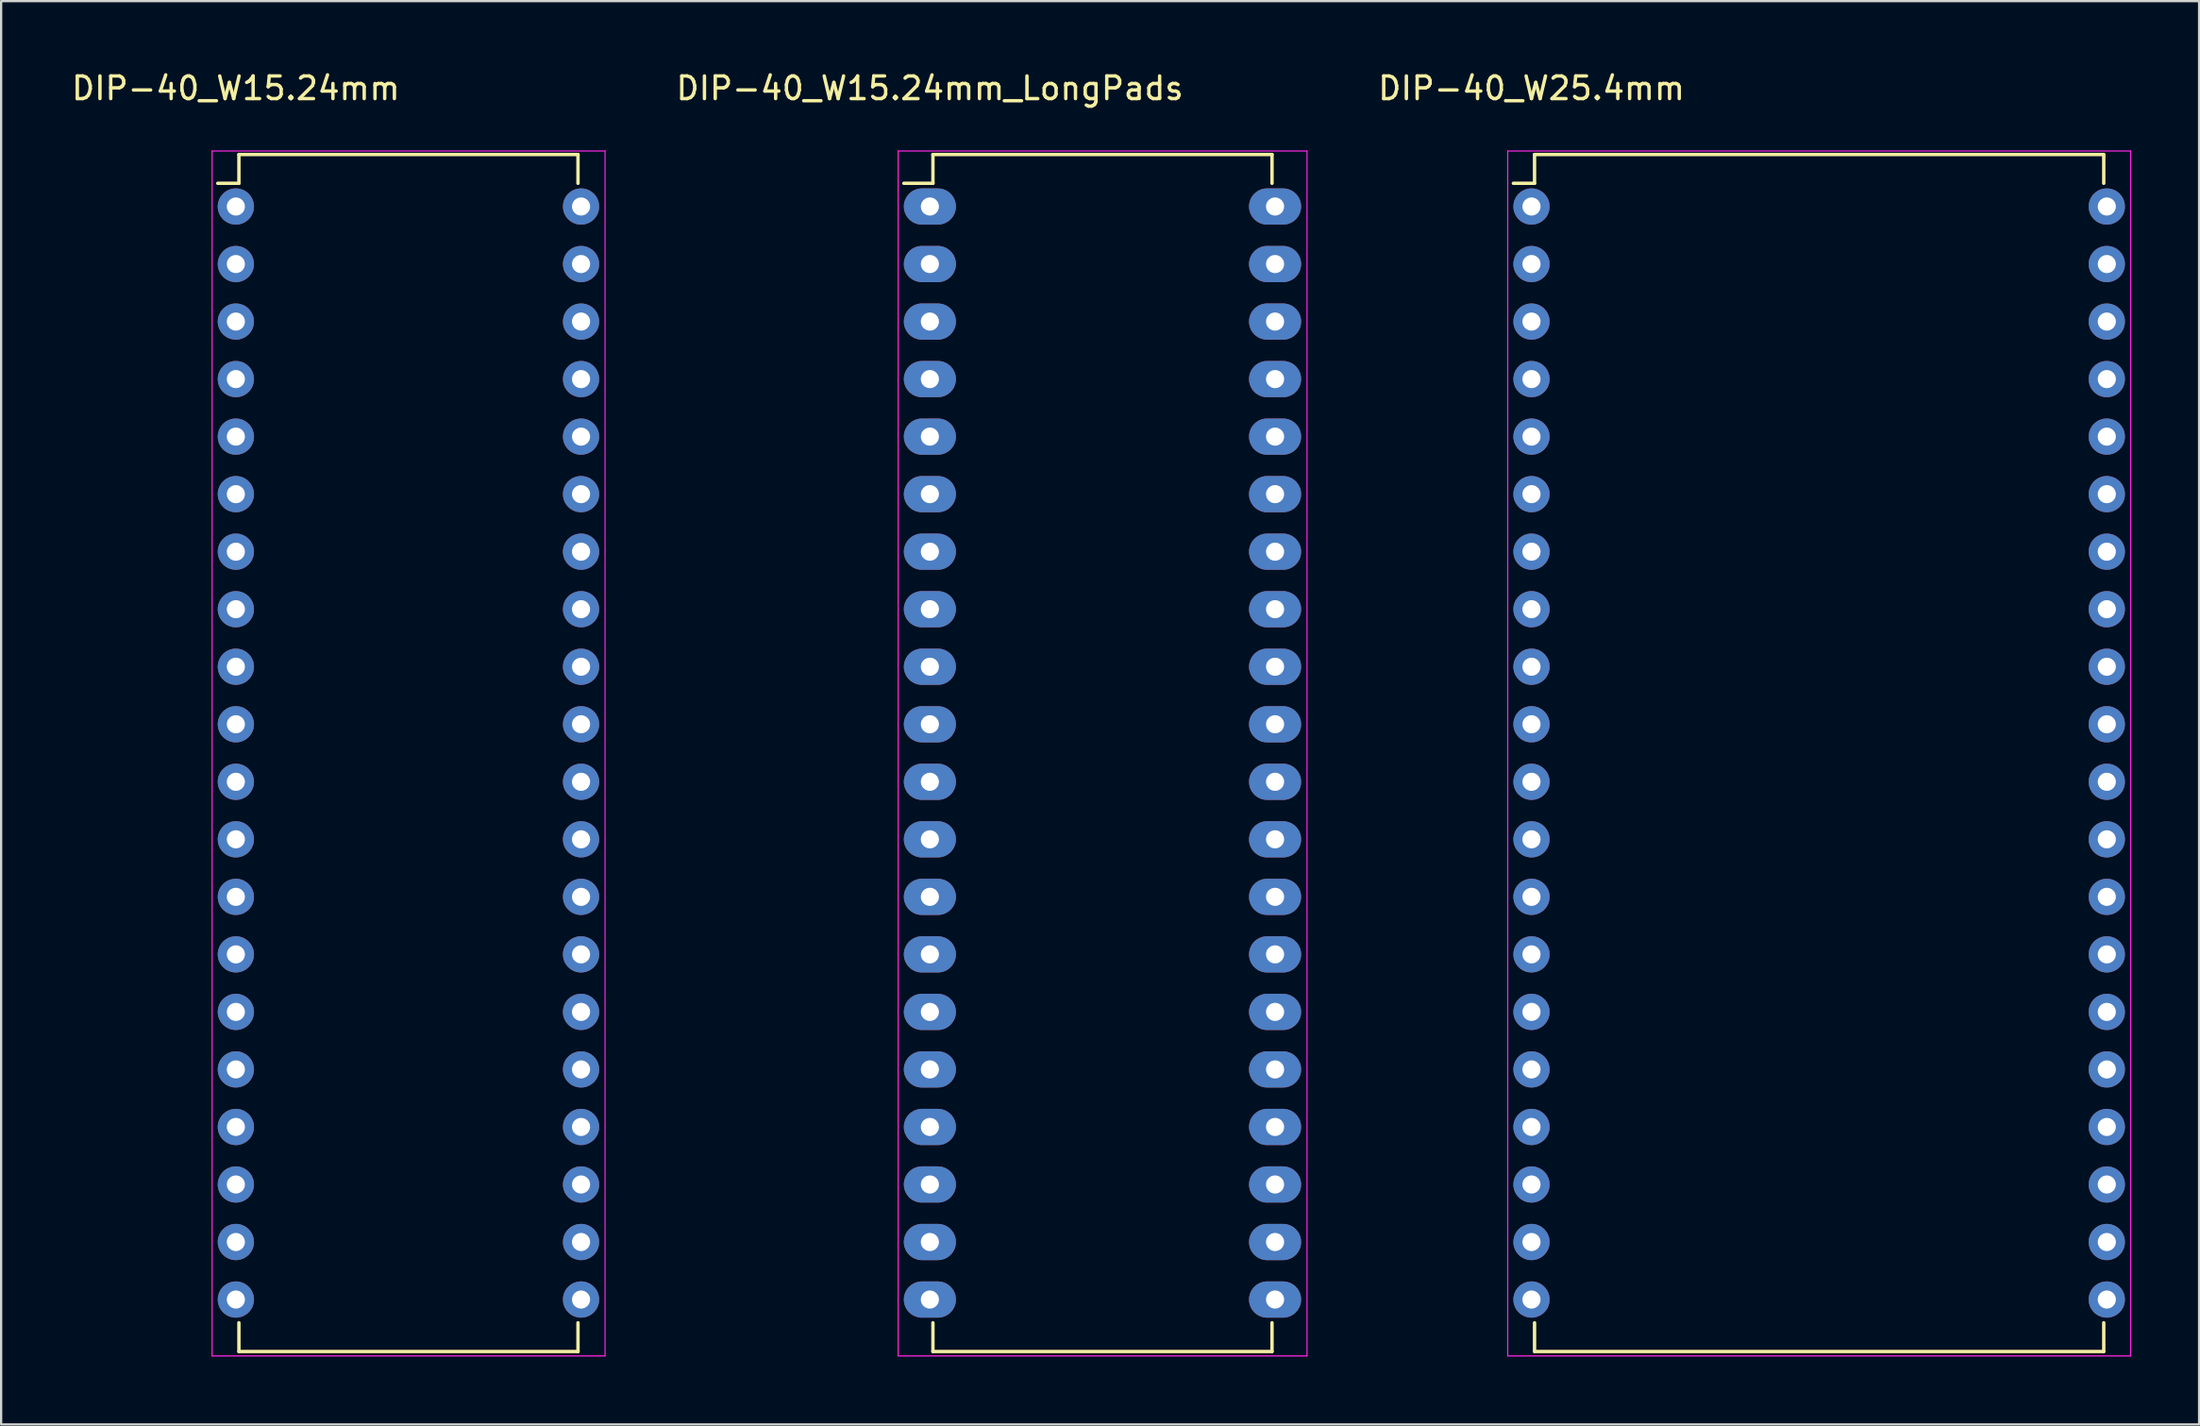
<source format=kicad_pcb>
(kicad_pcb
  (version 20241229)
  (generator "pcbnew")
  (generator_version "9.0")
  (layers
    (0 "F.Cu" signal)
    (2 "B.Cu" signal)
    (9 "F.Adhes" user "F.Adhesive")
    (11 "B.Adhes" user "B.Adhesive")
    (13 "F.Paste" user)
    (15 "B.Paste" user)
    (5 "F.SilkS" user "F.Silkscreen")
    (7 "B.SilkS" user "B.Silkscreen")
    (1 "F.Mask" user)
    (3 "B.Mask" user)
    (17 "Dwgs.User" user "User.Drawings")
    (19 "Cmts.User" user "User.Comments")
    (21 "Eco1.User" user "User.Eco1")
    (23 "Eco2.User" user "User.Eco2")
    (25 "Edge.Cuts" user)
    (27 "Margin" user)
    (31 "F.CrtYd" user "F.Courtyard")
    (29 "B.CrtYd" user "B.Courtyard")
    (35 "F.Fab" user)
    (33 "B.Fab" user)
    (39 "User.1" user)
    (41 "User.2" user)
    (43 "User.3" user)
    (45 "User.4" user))
  (footprint "DIP-40_W25.4mm"
    (layer "F.Cu")
    (at 64.565 6.068)
    (property "Reference" "DIP-40_W25.4mm" (at 0 -5.22 0) (layer "F.SilkS") (effects (font (size 1 1) (thickness 0.15))))
    (attr through_hole)
    (fp_line (start 0.135 -2.295) (end 0.135 -1.025) (stroke (width 0.15) (type solid)) (layer "F.SilkS"))
    (fp_line (start 0.135 -2.295) (end 25.265 -2.295) (stroke (width 0.15) (type solid)) (layer "F.SilkS"))
    (fp_line (start 0.135 -1.025) (end -0.8 -1.025) (stroke (width 0.15) (type solid)) (layer "F.SilkS"))
    (fp_line (start 0.135 50.555) (end 0.135 49.285) (stroke (width 0.15) (type solid)) (layer "F.SilkS"))
    (fp_line (start 0.135 50.555) (end 25.265 50.555) (stroke (width 0.15) (type solid)) (layer "F.SilkS"))
    (fp_line (start 25.265 -2.295) (end 25.265 -1.025) (stroke (width 0.15) (type solid)) (layer "F.SilkS"))
    (fp_line (start 25.265 50.555) (end 25.265 49.285) (stroke (width 0.15) (type solid)) (layer "F.SilkS"))
    (fp_line (start -1.05 -2.45) (end -1.05 50.75) (stroke (width 0.05) (type solid)) (layer "F.CrtYd"))
    (fp_line (start -1.05 -2.45) (end 26.45 -2.45) (stroke (width 0.05) (type solid)) (layer "F.CrtYd"))
    (fp_line (start -1.05 50.75) (end 26.45 50.75) (stroke (width 0.05) (type solid)) (layer "F.CrtYd"))
    (fp_line (start 26.45 -2.45) (end 26.45 50.75) (stroke (width 0.05) (type solid)) (layer "F.CrtYd"))
    (pad "1" thru_hole oval (at 0 0) (size 1.6 1.6) (drill 0.8) (layers "*.Cu" "*.Mask"))
    (pad "2" thru_hole oval (at 0 2.54) (size 1.6 1.6) (drill 0.8) (layers "*.Cu" "*.Mask"))
    (pad "3" thru_hole oval (at 0 5.08) (size 1.6 1.6) (drill 0.8) (layers "*.Cu" "*.Mask"))
    (pad "4" thru_hole oval (at 0 7.62) (size 1.6 1.6) (drill 0.8) (layers "*.Cu" "*.Mask"))
    (pad "5" thru_hole oval (at 0 10.16) (size 1.6 1.6) (drill 0.8) (layers "*.Cu" "*.Mask"))
    (pad "6" thru_hole oval (at 0 12.7) (size 1.6 1.6) (drill 0.8) (layers "*.Cu" "*.Mask"))
    (pad "7" thru_hole oval (at 0 15.24) (size 1.6 1.6) (drill 0.8) (layers "*.Cu" "*.Mask"))
    (pad "8" thru_hole oval (at 0 17.78) (size 1.6 1.6) (drill 0.8) (layers "*.Cu" "*.Mask"))
    (pad "9" thru_hole oval (at 0 20.32) (size 1.6 1.6) (drill 0.8) (layers "*.Cu" "*.Mask"))
    (pad "10" thru_hole oval (at 0 22.86) (size 1.6 1.6) (drill 0.8) (layers "*.Cu" "*.Mask"))
    (pad "11" thru_hole oval (at 0 25.4) (size 1.6 1.6) (drill 0.8) (layers "*.Cu" "*.Mask"))
    (pad "12" thru_hole oval (at 0 27.94) (size 1.6 1.6) (drill 0.8) (layers "*.Cu" "*.Mask"))
    (pad "13" thru_hole oval (at 0 30.48) (size 1.6 1.6) (drill 0.8) (layers "*.Cu" "*.Mask"))
    (pad "14" thru_hole oval (at 0 33.02) (size 1.6 1.6) (drill 0.8) (layers "*.Cu" "*.Mask"))
    (pad "15" thru_hole oval (at 0 35.56) (size 1.6 1.6) (drill 0.8) (layers "*.Cu" "*.Mask"))
    (pad "16" thru_hole oval (at 0 38.1) (size 1.6 1.6) (drill 0.8) (layers "*.Cu" "*.Mask"))
    (pad "17" thru_hole oval (at 0 40.64) (size 1.6 1.6) (drill 0.8) (layers "*.Cu" "*.Mask"))
    (pad "18" thru_hole oval (at 0 43.18) (size 1.6 1.6) (drill 0.8) (layers "*.Cu" "*.Mask"))
    (pad "19" thru_hole oval (at 0 45.72) (size 1.6 1.6) (drill 0.8) (layers "*.Cu" "*.Mask"))
    (pad "20" thru_hole oval (at 0 48.26) (size 1.6 1.6) (drill 0.8) (layers "*.Cu" "*.Mask"))
    (pad "21" thru_hole oval (at 25.4 48.26) (size 1.6 1.6) (drill 0.8) (layers "*.Cu" "*.Mask"))
    (pad "22" thru_hole oval (at 25.4 45.72) (size 1.6 1.6) (drill 0.8) (layers "*.Cu" "*.Mask"))
    (pad "23" thru_hole oval (at 25.4 43.18) (size 1.6 1.6) (drill 0.8) (layers "*.Cu" "*.Mask"))
    (pad "24" thru_hole oval (at 25.4 40.64) (size 1.6 1.6) (drill 0.8) (layers "*.Cu" "*.Mask"))
    (pad "25" thru_hole oval (at 25.4 38.1) (size 1.6 1.6) (drill 0.8) (layers "*.Cu" "*.Mask"))
    (pad "26" thru_hole oval (at 25.4 35.56) (size 1.6 1.6) (drill 0.8) (layers "*.Cu" "*.Mask"))
    (pad "27" thru_hole oval (at 25.4 33.02) (size 1.6 1.6) (drill 0.8) (layers "*.Cu" "*.Mask"))
    (pad "28" thru_hole oval (at 25.4 30.48) (size 1.6 1.6) (drill 0.8) (layers "*.Cu" "*.Mask"))
    (pad "29" thru_hole oval (at 25.4 27.94) (size 1.6 1.6) (drill 0.8) (layers "*.Cu" "*.Mask"))
    (pad "30" thru_hole oval (at 25.4 25.4) (size 1.6 1.6) (drill 0.8) (layers "*.Cu" "*.Mask"))
    (pad "31" thru_hole oval (at 25.4 22.86) (size 1.6 1.6) (drill 0.8) (layers "*.Cu" "*.Mask"))
    (pad "32" thru_hole oval (at 25.4 20.32) (size 1.6 1.6) (drill 0.8) (layers "*.Cu" "*.Mask"))
    (pad "33" thru_hole oval (at 25.4 17.78) (size 1.6 1.6) (drill 0.8) (layers "*.Cu" "*.Mask"))
    (pad "34" thru_hole oval (at 25.4 15.24) (size 1.6 1.6) (drill 0.8) (layers "*.Cu" "*.Mask"))
    (pad "35" thru_hole oval (at 25.4 12.7) (size 1.6 1.6) (drill 0.8) (layers "*.Cu" "*.Mask"))
    (pad "36" thru_hole oval (at 25.4 10.16) (size 1.6 1.6) (drill 0.8) (layers "*.Cu" "*.Mask"))
    (pad "37" thru_hole oval (at 25.4 7.62) (size 1.6 1.6) (drill 0.8) (layers "*.Cu" "*.Mask"))
    (pad "38" thru_hole oval (at 25.4 5.08) (size 1.6 1.6) (drill 0.8) (layers "*.Cu" "*.Mask"))
    (pad "39" thru_hole oval (at 25.4 2.54) (size 1.6 1.6) (drill 0.8) (layers "*.Cu" "*.Mask"))
    (pad "40" thru_hole oval (at 25.4 0) (size 1.6 1.6) (drill 0.8) (layers "*.Cu" "*.Mask")))
  (footprint "DIP-40_W15.24mm"
    (layer "F.Cu")
    (at 7.363 6.068)
    (property "Reference" "DIP-40_W15.24mm" (at 0 -5.22 0) (layer "F.SilkS") (effects (font (size 1 1) (thickness 0.15))))
    (attr through_hole)
    (fp_line (start 0.135 -2.295) (end 0.135 -1.025) (stroke (width 0.15) (type solid)) (layer "F.SilkS"))
    (fp_line (start 0.135 -2.295) (end 15.105 -2.295) (stroke (width 0.15) (type solid)) (layer "F.SilkS"))
    (fp_line (start 0.135 -1.025) (end -0.8 -1.025) (stroke (width 0.15) (type solid)) (layer "F.SilkS"))
    (fp_line (start 0.135 50.555) (end 0.135 49.285) (stroke (width 0.15) (type solid)) (layer "F.SilkS"))
    (fp_line (start 0.135 50.555) (end 15.105 50.555) (stroke (width 0.15) (type solid)) (layer "F.SilkS"))
    (fp_line (start 15.105 -2.295) (end 15.105 -1.025) (stroke (width 0.15) (type solid)) (layer "F.SilkS"))
    (fp_line (start 15.105 50.555) (end 15.105 49.285) (stroke (width 0.15) (type solid)) (layer "F.SilkS"))
    (fp_line (start -1.05 -2.45) (end -1.05 50.75) (stroke (width 0.05) (type solid)) (layer "F.CrtYd"))
    (fp_line (start -1.05 -2.45) (end 16.3 -2.45) (stroke (width 0.05) (type solid)) (layer "F.CrtYd"))
    (fp_line (start -1.05 50.75) (end 16.3 50.75) (stroke (width 0.05) (type solid)) (layer "F.CrtYd"))
    (fp_line (start 16.3 -2.45) (end 16.3 50.75) (stroke (width 0.05) (type solid)) (layer "F.CrtYd"))
    (pad "1" thru_hole oval (at 0 0) (size 1.6 1.6) (drill 0.8) (layers "*.Cu" "*.Mask"))
    (pad "2" thru_hole oval (at 0 2.54) (size 1.6 1.6) (drill 0.8) (layers "*.Cu" "*.Mask"))
    (pad "3" thru_hole oval (at 0 5.08) (size 1.6 1.6) (drill 0.8) (layers "*.Cu" "*.Mask"))
    (pad "4" thru_hole oval (at 0 7.62) (size 1.6 1.6) (drill 0.8) (layers "*.Cu" "*.Mask"))
    (pad "5" thru_hole oval (at 0 10.16) (size 1.6 1.6) (drill 0.8) (layers "*.Cu" "*.Mask"))
    (pad "6" thru_hole oval (at 0 12.7) (size 1.6 1.6) (drill 0.8) (layers "*.Cu" "*.Mask"))
    (pad "7" thru_hole oval (at 0 15.24) (size 1.6 1.6) (drill 0.8) (layers "*.Cu" "*.Mask"))
    (pad "8" thru_hole oval (at 0 17.78) (size 1.6 1.6) (drill 0.8) (layers "*.Cu" "*.Mask"))
    (pad "9" thru_hole oval (at 0 20.32) (size 1.6 1.6) (drill 0.8) (layers "*.Cu" "*.Mask"))
    (pad "10" thru_hole oval (at 0 22.86) (size 1.6 1.6) (drill 0.8) (layers "*.Cu" "*.Mask"))
    (pad "11" thru_hole oval (at 0 25.4) (size 1.6 1.6) (drill 0.8) (layers "*.Cu" "*.Mask"))
    (pad "12" thru_hole oval (at 0 27.94) (size 1.6 1.6) (drill 0.8) (layers "*.Cu" "*.Mask"))
    (pad "13" thru_hole oval (at 0 30.48) (size 1.6 1.6) (drill 0.8) (layers "*.Cu" "*.Mask"))
    (pad "14" thru_hole oval (at 0 33.02) (size 1.6 1.6) (drill 0.8) (layers "*.Cu" "*.Mask"))
    (pad "15" thru_hole oval (at 0 35.56) (size 1.6 1.6) (drill 0.8) (layers "*.Cu" "*.Mask"))
    (pad "16" thru_hole oval (at 0 38.1) (size 1.6 1.6) (drill 0.8) (layers "*.Cu" "*.Mask"))
    (pad "17" thru_hole oval (at 0 40.64) (size 1.6 1.6) (drill 0.8) (layers "*.Cu" "*.Mask"))
    (pad "18" thru_hole oval (at 0 43.18) (size 1.6 1.6) (drill 0.8) (layers "*.Cu" "*.Mask"))
    (pad "19" thru_hole oval (at 0 45.72) (size 1.6 1.6) (drill 0.8) (layers "*.Cu" "*.Mask"))
    (pad "20" thru_hole oval (at 0 48.26) (size 1.6 1.6) (drill 0.8) (layers "*.Cu" "*.Mask"))
    (pad "21" thru_hole oval (at 15.24 48.26) (size 1.6 1.6) (drill 0.8) (layers "*.Cu" "*.Mask"))
    (pad "22" thru_hole oval (at 15.24 45.72) (size 1.6 1.6) (drill 0.8) (layers "*.Cu" "*.Mask"))
    (pad "23" thru_hole oval (at 15.24 43.18) (size 1.6 1.6) (drill 0.8) (layers "*.Cu" "*.Mask"))
    (pad "24" thru_hole oval (at 15.24 40.64) (size 1.6 1.6) (drill 0.8) (layers "*.Cu" "*.Mask"))
    (pad "25" thru_hole oval (at 15.24 38.1) (size 1.6 1.6) (drill 0.8) (layers "*.Cu" "*.Mask"))
    (pad "26" thru_hole oval (at 15.24 35.56) (size 1.6 1.6) (drill 0.8) (layers "*.Cu" "*.Mask"))
    (pad "27" thru_hole oval (at 15.24 33.02) (size 1.6 1.6) (drill 0.8) (layers "*.Cu" "*.Mask"))
    (pad "28" thru_hole oval (at 15.24 30.48) (size 1.6 1.6) (drill 0.8) (layers "*.Cu" "*.Mask"))
    (pad "29" thru_hole oval (at 15.24 27.94) (size 1.6 1.6) (drill 0.8) (layers "*.Cu" "*.Mask"))
    (pad "30" thru_hole oval (at 15.24 25.4) (size 1.6 1.6) (drill 0.8) (layers "*.Cu" "*.Mask"))
    (pad "31" thru_hole oval (at 15.24 22.86) (size 1.6 1.6) (drill 0.8) (layers "*.Cu" "*.Mask"))
    (pad "32" thru_hole oval (at 15.24 20.32) (size 1.6 1.6) (drill 0.8) (layers "*.Cu" "*.Mask"))
    (pad "33" thru_hole oval (at 15.24 17.78) (size 1.6 1.6) (drill 0.8) (layers "*.Cu" "*.Mask"))
    (pad "34" thru_hole oval (at 15.24 15.24) (size 1.6 1.6) (drill 0.8) (layers "*.Cu" "*.Mask"))
    (pad "35" thru_hole oval (at 15.24 12.7) (size 1.6 1.6) (drill 0.8) (layers "*.Cu" "*.Mask"))
    (pad "36" thru_hole oval (at 15.24 10.16) (size 1.6 1.6) (drill 0.8) (layers "*.Cu" "*.Mask"))
    (pad "37" thru_hole oval (at 15.24 7.62) (size 1.6 1.6) (drill 0.8) (layers "*.Cu" "*.Mask"))
    (pad "38" thru_hole oval (at 15.24 5.08) (size 1.6 1.6) (drill 0.8) (layers "*.Cu" "*.Mask"))
    (pad "39" thru_hole oval (at 15.24 2.54) (size 1.6 1.6) (drill 0.8) (layers "*.Cu" "*.Mask"))
    (pad "40" thru_hole oval (at 15.24 0) (size 1.6 1.6) (drill 0.8) (layers "*.Cu" "*.Mask")))
  (footprint "DIP-40_W15.24mm_LongPads"
    (layer "F.Cu")
    (at 38.004 6.068)
    (property "Reference" "DIP-40_W15.24mm_LongPads" (at 0 -5.22 0) (layer "F.SilkS") (effects (font (size 1 1) (thickness 0.15))))
    (attr through_hole)
    (fp_line (start 0.135 -2.295) (end 0.135 -1.025) (stroke (width 0.15) (type solid)) (layer "F.SilkS"))
    (fp_line (start 0.135 -2.295) (end 15.105 -2.295) (stroke (width 0.15) (type solid)) (layer "F.SilkS"))
    (fp_line (start 0.135 -1.025) (end -1.15 -1.025) (stroke (width 0.15) (type solid)) (layer "F.SilkS"))
    (fp_line (start 0.135 50.555) (end 0.135 49.285) (stroke (width 0.15) (type solid)) (layer "F.SilkS"))
    (fp_line (start 0.135 50.555) (end 15.105 50.555) (stroke (width 0.15) (type solid)) (layer "F.SilkS"))
    (fp_line (start 15.105 -2.295) (end 15.105 -1.025) (stroke (width 0.15) (type solid)) (layer "F.SilkS"))
    (fp_line (start 15.105 50.555) (end 15.105 49.285) (stroke (width 0.15) (type solid)) (layer "F.SilkS"))
    (fp_line (start -1.4 -2.45) (end -1.4 50.75) (stroke (width 0.05) (type solid)) (layer "F.CrtYd"))
    (fp_line (start -1.4 -2.45) (end 16.65 -2.45) (stroke (width 0.05) (type solid)) (layer "F.CrtYd"))
    (fp_line (start -1.4 50.75) (end 16.65 50.75) (stroke (width 0.05) (type solid)) (layer "F.CrtYd"))
    (fp_line (start 16.65 -2.45) (end 16.65 50.75) (stroke (width 0.05) (type solid)) (layer "F.CrtYd"))
    (pad "1" thru_hole oval (at 0 0) (size 2.3 1.6) (drill 0.8) (layers "*.Cu" "*.Mask"))
    (pad "2" thru_hole oval (at 0 2.54) (size 2.3 1.6) (drill 0.8) (layers "*.Cu" "*.Mask"))
    (pad "3" thru_hole oval (at 0 5.08) (size 2.3 1.6) (drill 0.8) (layers "*.Cu" "*.Mask"))
    (pad "4" thru_hole oval (at 0 7.62) (size 2.3 1.6) (drill 0.8) (layers "*.Cu" "*.Mask"))
    (pad "5" thru_hole oval (at 0 10.16) (size 2.3 1.6) (drill 0.8) (layers "*.Cu" "*.Mask"))
    (pad "6" thru_hole oval (at 0 12.7) (size 2.3 1.6) (drill 0.8) (layers "*.Cu" "*.Mask"))
    (pad "7" thru_hole oval (at 0 15.24) (size 2.3 1.6) (drill 0.8) (layers "*.Cu" "*.Mask"))
    (pad "8" thru_hole oval (at 0 17.78) (size 2.3 1.6) (drill 0.8) (layers "*.Cu" "*.Mask"))
    (pad "9" thru_hole oval (at 0 20.32) (size 2.3 1.6) (drill 0.8) (layers "*.Cu" "*.Mask"))
    (pad "10" thru_hole oval (at 0 22.86) (size 2.3 1.6) (drill 0.8) (layers "*.Cu" "*.Mask"))
    (pad "11" thru_hole oval (at 0 25.4) (size 2.3 1.6) (drill 0.8) (layers "*.Cu" "*.Mask"))
    (pad "12" thru_hole oval (at 0 27.94) (size 2.3 1.6) (drill 0.8) (layers "*.Cu" "*.Mask"))
    (pad "13" thru_hole oval (at 0 30.48) (size 2.3 1.6) (drill 0.8) (layers "*.Cu" "*.Mask"))
    (pad "14" thru_hole oval (at 0 33.02) (size 2.3 1.6) (drill 0.8) (layers "*.Cu" "*.Mask"))
    (pad "15" thru_hole oval (at 0 35.56) (size 2.3 1.6) (drill 0.8) (layers "*.Cu" "*.Mask"))
    (pad "16" thru_hole oval (at 0 38.1) (size 2.3 1.6) (drill 0.8) (layers "*.Cu" "*.Mask"))
    (pad "17" thru_hole oval (at 0 40.64) (size 2.3 1.6) (drill 0.8) (layers "*.Cu" "*.Mask"))
    (pad "18" thru_hole oval (at 0 43.18) (size 2.3 1.6) (drill 0.8) (layers "*.Cu" "*.Mask"))
    (pad "19" thru_hole oval (at 0 45.72) (size 2.3 1.6) (drill 0.8) (layers "*.Cu" "*.Mask"))
    (pad "20" thru_hole oval (at 0 48.26) (size 2.3 1.6) (drill 0.8) (layers "*.Cu" "*.Mask"))
    (pad "21" thru_hole oval (at 15.24 48.26) (size 2.3 1.6) (drill 0.8) (layers "*.Cu" "*.Mask"))
    (pad "22" thru_hole oval (at 15.24 45.72) (size 2.3 1.6) (drill 0.8) (layers "*.Cu" "*.Mask"))
    (pad "23" thru_hole oval (at 15.24 43.18) (size 2.3 1.6) (drill 0.8) (layers "*.Cu" "*.Mask"))
    (pad "24" thru_hole oval (at 15.24 40.64) (size 2.3 1.6) (drill 0.8) (layers "*.Cu" "*.Mask"))
    (pad "25" thru_hole oval (at 15.24 38.1) (size 2.3 1.6) (drill 0.8) (layers "*.Cu" "*.Mask"))
    (pad "26" thru_hole oval (at 15.24 35.56) (size 2.3 1.6) (drill 0.8) (layers "*.Cu" "*.Mask"))
    (pad "27" thru_hole oval (at 15.24 33.02) (size 2.3 1.6) (drill 0.8) (layers "*.Cu" "*.Mask"))
    (pad "28" thru_hole oval (at 15.24 30.48) (size 2.3 1.6) (drill 0.8) (layers "*.Cu" "*.Mask"))
    (pad "29" thru_hole oval (at 15.24 27.94) (size 2.3 1.6) (drill 0.8) (layers "*.Cu" "*.Mask"))
    (pad "30" thru_hole oval (at 15.24 25.4) (size 2.3 1.6) (drill 0.8) (layers "*.Cu" "*.Mask"))
    (pad "31" thru_hole oval (at 15.24 22.86) (size 2.3 1.6) (drill 0.8) (layers "*.Cu" "*.Mask"))
    (pad "32" thru_hole oval (at 15.24 20.32) (size 2.3 1.6) (drill 0.8) (layers "*.Cu" "*.Mask"))
    (pad "33" thru_hole oval (at 15.24 17.78) (size 2.3 1.6) (drill 0.8) (layers "*.Cu" "*.Mask"))
    (pad "34" thru_hole oval (at 15.24 15.24) (size 2.3 1.6) (drill 0.8) (layers "*.Cu" "*.Mask"))
    (pad "35" thru_hole oval (at 15.24 12.7) (size 2.3 1.6) (drill 0.8) (layers "*.Cu" "*.Mask"))
    (pad "36" thru_hole oval (at 15.24 10.16) (size 2.3 1.6) (drill 0.8) (layers "*.Cu" "*.Mask"))
    (pad "37" thru_hole oval (at 15.24 7.62) (size 2.3 1.6) (drill 0.8) (layers "*.Cu" "*.Mask"))
    (pad "38" thru_hole oval (at 15.24 5.08) (size 2.3 1.6) (drill 0.8) (layers "*.Cu" "*.Mask"))
    (pad "39" thru_hole oval (at 15.24 2.54) (size 2.3 1.6) (drill 0.8) (layers "*.Cu" "*.Mask"))
    (pad "40" thru_hole oval (at 15.24 0) (size 2.3 1.6) (drill 0.8) (layers "*.Cu" "*.Mask")))
  (gr_rect
    (start -3 -3)
    (end 94.04 59.843)
    (stroke (width 0.1) (type default))
    (fill no)
    (layer "Edge.Cuts")))
</source>
